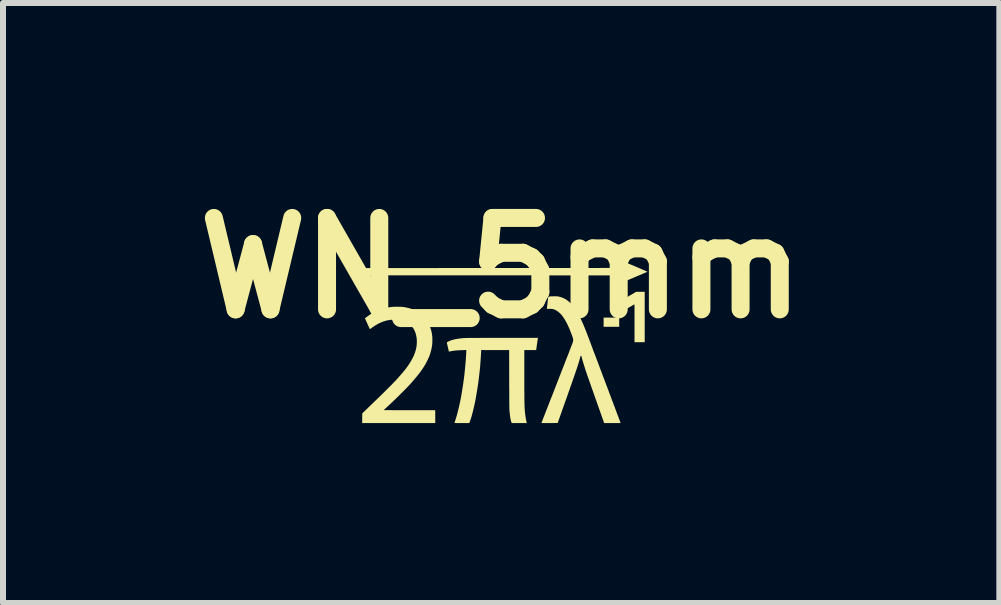
<source format=kicad_pcb>
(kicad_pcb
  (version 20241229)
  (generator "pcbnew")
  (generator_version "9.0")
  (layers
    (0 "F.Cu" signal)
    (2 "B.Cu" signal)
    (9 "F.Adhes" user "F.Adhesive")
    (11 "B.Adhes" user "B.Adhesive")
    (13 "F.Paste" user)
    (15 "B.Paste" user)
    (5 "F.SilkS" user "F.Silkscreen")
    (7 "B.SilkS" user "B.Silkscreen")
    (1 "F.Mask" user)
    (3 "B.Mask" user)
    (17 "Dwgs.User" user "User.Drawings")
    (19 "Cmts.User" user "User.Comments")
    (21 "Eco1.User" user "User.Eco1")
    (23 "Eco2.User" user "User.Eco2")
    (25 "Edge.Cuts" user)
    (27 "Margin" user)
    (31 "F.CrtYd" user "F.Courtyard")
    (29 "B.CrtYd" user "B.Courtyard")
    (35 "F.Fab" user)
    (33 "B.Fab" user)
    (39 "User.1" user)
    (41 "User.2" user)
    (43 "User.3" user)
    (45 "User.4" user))
  (footprint "WN_5mm"
    (layer "F.Cu")
    (at 5.356 2.723)
    (property "Reference" "WN_5mm" (at -0.051 -1.305 0) (layer "F.SilkS") (effects (font (size 1.524 1.524) (thickness 0.3))))
    (attr board_only exclude_from_pos_files exclude_from_bom)
    (fp_poly (pts (xy 1.917 -0.325) (xy 1.657 -0.325) (xy 1.657 -0.478) (xy 1.917 -0.478)) (stroke (width 0) (type solid)) (fill yes) (layer "F.SilkS"))
    (fp_poly (pts (xy 2.342 -0.068) (xy 2.172 -0.068) (xy 2.172 -0.384) (xy 2.172 -0.432) (xy 2.172 -0.475) (xy 2.172 -0.514) (xy 2.172 -0.548) (xy 2.172 -0.578) (xy 2.172 -0.604) (xy 2.172 -0.626) (xy 2.172 -0.645) (xy 2.172 -0.661) (xy 2.171 -0.674) (xy 2.171 -0.684) (xy 2.171 -0.691) (xy 2.17 -0.696) (xy 2.17 -0.699) (xy 2.169 -0.699) (xy 2.169 -0.699) (xy 2.166 -0.698) (xy 2.16 -0.694) (xy 2.15 -0.688) (xy 2.138 -0.681) (xy 2.124 -0.673) (xy 2.108 -0.663) (xy 2.107 -0.663) (xy 2.09 -0.653) (xy 2.076 -0.645) (xy 2.066 -0.639) (xy 2.059 -0.635) (xy 2.054 -0.632) (xy 2.05 -0.631) (xy 2.048 -0.631) (xy 2.047 -0.632) (xy 2.047 -0.633) (xy 2.046 -0.638) (xy 2.044 -0.647) (xy 2.042 -0.66) (xy 2.039 -0.674) (xy 2.037 -0.691) (xy 2.034 -0.708) (xy 2.031 -0.726) (xy 2.029 -0.743) (xy 2.026 -0.76) (xy 2.024 -0.775) (xy 2.023 -0.787) (xy 2.022 -0.796) (xy 2.021 -0.802) (xy 2.022 -0.803) (xy 2.024 -0.804) (xy 2.031 -0.808) (xy 2.04 -0.814) (xy 2.053 -0.822) (xy 2.068 -0.831) (xy 2.085 -0.841) (xy 2.104 -0.852) (xy 2.111 -0.856) (xy 2.198 -0.908) (xy 2.342 -0.908)) (stroke (width 0) (type solid)) (fill yes) (layer "F.SilkS"))
    (fp_poly (pts (xy 1.953 -1.427) (xy 1.96 -1.425) (xy 1.97 -1.42) (xy 1.984 -1.415) (xy 2.002 -1.407) (xy 2.023 -1.399) (xy 2.046 -1.389) (xy 2.072 -1.379) (xy 2.099 -1.367) (xy 2.129 -1.355) (xy 2.16 -1.342) (xy 2.171 -1.337) (xy 2.202 -1.324) (xy 2.232 -1.311) (xy 2.26 -1.299) (xy 2.287 -1.288) (xy 2.31 -1.277) (xy 2.332 -1.268) (xy 2.35 -1.26) (xy 2.365 -1.253) (xy 2.377 -1.248) (xy 2.385 -1.244) (xy 2.388 -1.243) (xy 2.388 -1.242) (xy 2.386 -1.241) (xy 2.379 -1.238) (xy 2.369 -1.234) (xy 2.355 -1.228) (xy 2.338 -1.22) (xy 2.318 -1.212) (xy 2.296 -1.203) (xy 2.272 -1.192) (xy 2.247 -1.182) (xy 2.22 -1.171) (xy 2.193 -1.159) (xy 2.166 -1.147) (xy 2.139 -1.136) (xy 2.112 -1.125) (xy 2.086 -1.114) (xy 2.061 -1.103) (xy 2.038 -1.093) (xy 2.017 -1.085) (xy 1.998 -1.077) (xy 1.982 -1.07) (xy 1.97 -1.065) (xy 1.961 -1.061) (xy 1.956 -1.059) (xy 1.955 -1.059) (xy 1.951 -1.058) (xy 1.95 -1.059) (xy 1.951 -1.062) (xy 1.954 -1.069) (xy 1.958 -1.079) (xy 1.963 -1.092) (xy 1.969 -1.106) (xy 1.975 -1.12) (xy 1.982 -1.136) (xy 1.988 -1.15) (xy 1.993 -1.163) (xy 1.997 -1.172) (xy 1.999 -1.178) (xy 2 -1.18) (xy 1.998 -1.181) (xy 1.99 -1.181) (xy 1.978 -1.181) (xy 1.961 -1.181) (xy 1.94 -1.181) (xy 1.914 -1.181) (xy 1.884 -1.181) (xy 1.85 -1.181) (xy 1.811 -1.181) (xy 1.769 -1.181) (xy 1.723 -1.182) (xy 1.673 -1.182) (xy 1.619 -1.182) (xy 1.562 -1.182) (xy 1.502 -1.182) (xy 1.438 -1.182) (xy 1.371 -1.182) (xy 1.301 -1.182) (xy 1.228 -1.182) (xy 1.152 -1.182) (xy 1.073 -1.182) (xy 0.992 -1.182) (xy 0.909 -1.182) (xy 0.823 -1.182) (xy 0.734 -1.182) (xy 0.644 -1.182) (xy 0.551 -1.182) (xy 0.457 -1.183) (xy 0.361 -1.183) (xy 0.263 -1.183) (xy 0.164 -1.183) (xy 0.063 -1.183) (xy -0.04 -1.183) (xy -0.143 -1.183) (xy -2.31 -1.183) (xy -2.309 -1.243) (xy -2.309 -1.304) (xy -0.154 -1.305) (xy -0.051 -1.305) (xy 0.052 -1.305) (xy 0.153 -1.305) (xy 0.252 -1.305) (xy 0.35 -1.305) (xy 0.447 -1.305) (xy 0.541 -1.305) (xy 0.634 -1.305) (xy 0.725 -1.305) (xy 0.813 -1.305) (xy 0.9 -1.305) (xy 0.983 -1.305) (xy 1.065 -1.305) (xy 1.144 -1.305) (xy 1.22 -1.305) (xy 1.293 -1.305) (xy 1.363 -1.305) (xy 1.431 -1.305) (xy 1.495 -1.305) (xy 1.556 -1.305) (xy 1.613 -1.306) (xy 1.667 -1.306) (xy 1.718 -1.306) (xy 1.764 -1.306) (xy 1.807 -1.306) (xy 1.846 -1.306) (xy 1.881 -1.306) (xy 1.911 -1.306) (xy 1.937 -1.306) (xy 1.959 -1.306) (xy 1.976 -1.306) (xy 1.989 -1.306) (xy 1.997 -1.306) (xy 2 -1.306) (xy 2 -1.306) (xy 1.999 -1.309) (xy 1.996 -1.315) (xy 1.992 -1.325) (xy 1.987 -1.338) (xy 1.981 -1.352) (xy 1.975 -1.367) (xy 1.968 -1.383) (xy 1.962 -1.397) (xy 1.957 -1.41) (xy 1.953 -1.419) (xy 1.951 -1.426) (xy 1.951 -1.428)) (stroke (width 0) (type solid)) (fill yes) (layer "F.SilkS"))
    (fp_poly (pts (xy -1.758 -0.659) (xy -1.737 -0.658) (xy -1.719 -0.658) (xy -1.703 -0.657) (xy -1.688 -0.656) (xy -1.673 -0.654) (xy -1.658 -0.651) (xy -1.64 -0.648) (xy -1.635 -0.647) (xy -1.583 -0.635) (xy -1.533 -0.619) (xy -1.486 -0.599) (xy -1.443 -0.575) (xy -1.402 -0.547) (xy -1.365 -0.515) (xy -1.331 -0.481) (xy -1.301 -0.442) (xy -1.274 -0.401) (xy -1.251 -0.357) (xy -1.232 -0.31) (xy -1.216 -0.26) (xy -1.205 -0.207) (xy -1.201 -0.176) (xy -1.199 -0.157) (xy -1.198 -0.135) (xy -1.198 -0.11) (xy -1.198 -0.084) (xy -1.199 -0.059) (xy -1.2 -0.036) (xy -1.202 -0.015) (xy -1.204 -0.005) (xy -1.212 0.04) (xy -1.223 0.085) (xy -1.236 0.129) (xy -1.252 0.173) (xy -1.272 0.217) (xy -1.294 0.262) (xy -1.319 0.308) (xy -1.348 0.354) (xy -1.38 0.402) (xy -1.416 0.451) (xy -1.456 0.501) (xy -1.5 0.553) (xy -1.547 0.608) (xy -1.595 0.66) (xy -1.611 0.677) (xy -1.63 0.697) (xy -1.652 0.719) (xy -1.676 0.743) (xy -1.702 0.769) (xy -1.729 0.796) (xy -1.756 0.824) (xy -1.784 0.851) (xy -1.812 0.878) (xy -1.84 0.905) (xy -1.866 0.93) (xy -1.89 0.953) (xy -1.913 0.974) (xy -1.923 0.984) (xy -1.941 1) (xy -1.957 1.015) (xy -1.971 1.028) (xy -1.984 1.04) (xy -1.994 1.05) (xy -2.002 1.057) (xy -2.006 1.062) (xy -2.007 1.063) (xy -2.005 1.063) (xy -1.998 1.064) (xy -1.986 1.064) (xy -1.97 1.064) (xy -1.95 1.064) (xy -1.927 1.064) (xy -1.9 1.064) (xy -1.869 1.065) (xy -1.836 1.065) (xy -1.8 1.065) (xy -1.762 1.065) (xy -1.721 1.065) (xy -1.679 1.065) (xy -1.634 1.065) (xy -1.589 1.065) (xy -1.579 1.065) (xy -1.15 1.065) (xy -1.15 1.28) (xy -2.368 1.28) (xy -2.367 1.119) (xy -2.309 1.063) (xy -2.297 1.051) (xy -2.282 1.037) (xy -2.264 1.019) (xy -2.244 1) (xy -2.223 0.979) (xy -2.2 0.958) (xy -2.177 0.935) (xy -2.153 0.912) (xy -2.13 0.89) (xy -2.124 0.884) (xy -2.07 0.832) (xy -2.02 0.783) (xy -1.974 0.737) (xy -1.931 0.694) (xy -1.89 0.654) (xy -1.853 0.615) (xy -1.818 0.579) (xy -1.786 0.545) (xy -1.757 0.512) (xy -1.729 0.481) (xy -1.704 0.452) (xy -1.68 0.423) (xy -1.658 0.396) (xy -1.637 0.369) (xy -1.618 0.343) (xy -1.613 0.337) (xy -1.581 0.289) (xy -1.551 0.241) (xy -1.526 0.194) (xy -1.504 0.148) (xy -1.487 0.103) (xy -1.474 0.059) (xy -1.469 0.038) (xy -1.463 0.006) (xy -1.459 -0.028) (xy -1.457 -0.062) (xy -1.457 -0.096) (xy -1.459 -0.127) (xy -1.46 -0.137) (xy -1.468 -0.181) (xy -1.479 -0.222) (xy -1.494 -0.26) (xy -1.512 -0.294) (xy -1.534 -0.325) (xy -1.56 -0.353) (xy -1.589 -0.377) (xy -1.621 -0.398) (xy -1.657 -0.414) (xy -1.676 -0.421) (xy -1.718 -0.433) (xy -1.762 -0.441) (xy -1.808 -0.444) (xy -1.855 -0.444) (xy -1.901 -0.44) (xy -1.947 -0.432) (xy -1.963 -0.429) (xy -2.013 -0.414) (xy -2.063 -0.394) (xy -2.113 -0.369) (xy -2.161 -0.34) (xy -2.206 -0.309) (xy -2.217 -0.301) (xy -2.226 -0.294) (xy -2.234 -0.29) (xy -2.239 -0.287) (xy -2.24 -0.287) (xy -2.242 -0.289) (xy -2.245 -0.296) (xy -2.25 -0.307) (xy -2.257 -0.322) (xy -2.265 -0.34) (xy -2.275 -0.361) (xy -2.285 -0.385) (xy -2.297 -0.411) (xy -2.31 -0.439) (xy -2.317 -0.454) (xy -2.322 -0.467) (xy -2.289 -0.492) (xy -2.236 -0.529) (xy -2.18 -0.562) (xy -2.123 -0.59) (xy -2.064 -0.613) (xy -2.003 -0.632) (xy -1.94 -0.646) (xy -1.933 -0.647) (xy -1.913 -0.651) (xy -1.896 -0.653) (xy -1.881 -0.655) (xy -1.866 -0.657) (xy -1.851 -0.658) (xy -1.834 -0.658) (xy -1.815 -0.659) (xy -1.792 -0.659) (xy -1.782 -0.659)) (stroke (width 0) (type solid)) (fill yes) (layer "F.SilkS"))
    (fp_poly (pts (xy 0.548 -0.049) (xy 0.545 -0.028) (xy 0.542 -0.008) (xy 0.54 0.01) (xy 0.538 0.026) (xy 0.536 0.038) (xy 0.534 0.047) (xy 0.534 0.052) (xy 0.532 0.063) (xy 0.335 0.063) (xy 0.335 0.484) (xy 0.335 0.546) (xy 0.335 0.603) (xy 0.335 0.655) (xy 0.335 0.703) (xy 0.335 0.747) (xy 0.336 0.787) (xy 0.336 0.824) (xy 0.336 0.857) (xy 0.336 0.887) (xy 0.337 0.915) (xy 0.337 0.939) (xy 0.338 0.961) (xy 0.338 0.981) (xy 0.339 1) (xy 0.339 1.016) (xy 0.34 1.031) (xy 0.341 1.045) (xy 0.342 1.058) (xy 0.343 1.065) (xy 0.346 1.105) (xy 0.351 1.144) (xy 0.356 1.181) (xy 0.362 1.214) (xy 0.368 1.244) (xy 0.371 1.257) (xy 0.377 1.28) (xy 0.126 1.28) (xy 0.12 1.268) (xy 0.115 1.252) (xy 0.109 1.232) (xy 0.104 1.207) (xy 0.099 1.179) (xy 0.095 1.146) (xy 0.091 1.11) (xy 0.088 1.086) (xy 0.088 1.08) (xy 0.087 1.074) (xy 0.087 1.067) (xy 0.087 1.059) (xy 0.086 1.05) (xy 0.086 1.04) (xy 0.086 1.028) (xy 0.085 1.014) (xy 0.085 0.999) (xy 0.085 0.981) (xy 0.085 0.961) (xy 0.084 0.938) (xy 0.084 0.912) (xy 0.084 0.884) (xy 0.084 0.852) (xy 0.084 0.816) (xy 0.084 0.777) (xy 0.084 0.733) (xy 0.083 0.686) (xy 0.083 0.634) (xy 0.083 0.577) (xy 0.083 0.551) (xy 0.082 0.063) (xy -0.384 0.063) (xy -0.387 0.126) (xy -0.391 0.193) (xy -0.396 0.261) (xy -0.401 0.331) (xy -0.408 0.401) (xy -0.416 0.471) (xy -0.424 0.541) (xy -0.433 0.61) (xy -0.443 0.679) (xy -0.454 0.746) (xy -0.465 0.812) (xy -0.476 0.876) (xy -0.488 0.937) (xy -0.501 0.996) (xy -0.514 1.052) (xy -0.527 1.105) (xy -0.54 1.153) (xy -0.553 1.198) (xy -0.567 1.238) (xy -0.575 1.259) (xy -0.583 1.28) (xy -0.706 1.28) (xy -0.731 1.28) (xy -0.753 1.28) (xy -0.774 1.28) (xy -0.792 1.28) (xy -0.807 1.28) (xy -0.819 1.279) (xy -0.827 1.279) (xy -0.83 1.279) (xy -0.83 1.279) (xy -0.829 1.276) (xy -0.827 1.27) (xy -0.824 1.26) (xy -0.82 1.247) (xy -0.815 1.233) (xy -0.814 1.23) (xy -0.798 1.178) (xy -0.782 1.122) (xy -0.767 1.062) (xy -0.752 0.999) (xy -0.737 0.932) (xy -0.723 0.862) (xy -0.71 0.789) (xy -0.698 0.714) (xy -0.686 0.638) (xy -0.675 0.56) (xy -0.665 0.482) (xy -0.657 0.403) (xy -0.649 0.324) (xy -0.642 0.245) (xy -0.637 0.167) (xy -0.635 0.139) (xy -0.634 0.123) (xy -0.633 0.108) (xy -0.633 0.094) (xy -0.633 0.083) (xy -0.632 0.078) (xy -0.632 0.062) (xy -0.688 0.064) (xy -0.734 0.065) (xy -0.777 0.068) (xy -0.815 0.071) (xy -0.849 0.075) (xy -0.878 0.08) (xy -0.902 0.085) (xy -0.903 0.085) (xy -0.912 0.087) (xy -0.918 0.088) (xy -0.922 0.089) (xy -0.922 0.089) (xy -0.923 0.086) (xy -0.924 0.08) (xy -0.927 0.069) (xy -0.93 0.056) (xy -0.934 0.04) (xy -0.938 0.022) (xy -0.94 0.012) (xy -0.945 -0.009) (xy -0.949 -0.026) (xy -0.952 -0.039) (xy -0.954 -0.049) (xy -0.955 -0.056) (xy -0.955 -0.061) (xy -0.955 -0.064) (xy -0.955 -0.066) (xy -0.953 -0.067) (xy -0.953 -0.067) (xy -0.946 -0.072) (xy -0.935 -0.078) (xy -0.921 -0.084) (xy -0.906 -0.091) (xy -0.891 -0.097) (xy -0.877 -0.102) (xy -0.875 -0.103) (xy -0.845 -0.111) (xy -0.811 -0.119) (xy -0.773 -0.126) (xy -0.732 -0.131) (xy -0.689 -0.136) (xy -0.662 -0.137) (xy -0.655 -0.138) (xy -0.643 -0.138) (xy -0.626 -0.138) (xy -0.604 -0.139) (xy -0.578 -0.139) (xy -0.548 -0.139) (xy -0.513 -0.139) (xy -0.474 -0.139) (xy -0.431 -0.139) (xy -0.384 -0.14) (xy -0.333 -0.14) (xy -0.278 -0.14) (xy -0.22 -0.14) (xy -0.159 -0.14) (xy -0.094 -0.14) (xy -0.03 -0.14) (xy 0.562 -0.14)) (stroke (width 0) (type solid)) (fill yes) (layer "F.SilkS"))
    (fp_poly (pts (xy 0.863 -0.833) (xy 0.875 -0.833) (xy 0.885 -0.832) (xy 0.894 -0.831) (xy 0.902 -0.83) (xy 0.911 -0.828) (xy 0.912 -0.828) (xy 0.952 -0.817) (xy 0.99 -0.802) (xy 1.026 -0.783) (xy 1.056 -0.762) (xy 1.081 -0.742) (xy 1.106 -0.719) (xy 1.13 -0.693) (xy 1.154 -0.664) (xy 1.177 -0.632) (xy 1.201 -0.597) (xy 1.224 -0.558) (xy 1.247 -0.515) (xy 1.271 -0.468) (xy 1.294 -0.418) (xy 1.319 -0.362) (xy 1.344 -0.302) (xy 1.353 -0.278) (xy 1.356 -0.272) (xy 1.36 -0.261) (xy 1.366 -0.247) (xy 1.373 -0.228) (xy 1.381 -0.206) (xy 1.391 -0.18) (xy 1.402 -0.152) (xy 1.414 -0.12) (xy 1.427 -0.085) (xy 1.441 -0.048) (xy 1.456 -0.008) (xy 1.472 0.034) (xy 1.488 0.078) (xy 1.506 0.124) (xy 1.524 0.171) (xy 1.542 0.22) (xy 1.561 0.269) (xy 1.58 0.32) (xy 1.599 0.372) (xy 1.619 0.423) (xy 1.638 0.476) (xy 1.658 0.528) (xy 1.678 0.58) (xy 1.697 0.632) (xy 1.717 0.684) (xy 1.736 0.734) (xy 1.754 0.784) (xy 1.773 0.832) (xy 1.79 0.88) (xy 1.808 0.925) (xy 1.824 0.969) (xy 1.84 1.011) (xy 1.855 1.05) (xy 1.868 1.087) (xy 1.881 1.122) (xy 1.893 1.153) (xy 1.904 1.182) (xy 1.913 1.207) (xy 1.922 1.229) (xy 1.928 1.247) (xy 1.934 1.262) (xy 1.937 1.272) (xy 1.94 1.278) (xy 1.94 1.279) (xy 1.938 1.279) (xy 1.931 1.279) (xy 1.92 1.28) (xy 1.905 1.28) (xy 1.887 1.28) (xy 1.866 1.28) (xy 1.843 1.28) (xy 1.819 1.28) (xy 1.803 1.28) (xy 1.666 1.28) (xy 1.519 0.864) (xy 1.503 0.82) (xy 1.488 0.776) (xy 1.473 0.733) (xy 1.458 0.692) (xy 1.444 0.652) (xy 1.431 0.614) (xy 1.418 0.578) (xy 1.407 0.545) (xy 1.396 0.514) (xy 1.386 0.487) (xy 1.378 0.463) (xy 1.371 0.442) (xy 1.365 0.425) (xy 1.36 0.412) (xy 1.358 0.404) (xy 1.357 0.402) (xy 1.35 0.379) (xy 1.342 0.354) (xy 1.334 0.328) (xy 1.326 0.302) (xy 1.318 0.277) (xy 1.311 0.254) (xy 1.305 0.233) (xy 1.3 0.216) (xy 1.298 0.206) (xy 1.293 0.19) (xy 1.29 0.178) (xy 1.288 0.17) (xy 1.286 0.165) (xy 1.284 0.162) (xy 1.282 0.16) (xy 1.28 0.16) (xy 1.278 0.16) (xy 1.276 0.161) (xy 1.273 0.163) (xy 1.272 0.166) (xy 1.269 0.172) (xy 1.267 0.181) (xy 1.263 0.195) (xy 1.263 0.195) (xy 1.26 0.208) (xy 1.257 0.221) (xy 1.253 0.235) (xy 1.248 0.25) (xy 1.243 0.266) (xy 1.238 0.284) (xy 1.232 0.303) (xy 1.225 0.324) (xy 1.218 0.347) (xy 1.21 0.372) (xy 1.2 0.399) (xy 1.19 0.429) (xy 1.179 0.462) (xy 1.167 0.497) (xy 1.153 0.536) (xy 1.139 0.578) (xy 1.123 0.624) (xy 1.105 0.673) (xy 1.087 0.726) (xy 1.066 0.784) (xy 1.045 0.846) (xy 1.024 0.903) (xy 0.891 1.279) (xy 0.756 1.28) (xy 0.73 1.28) (xy 0.706 1.28) (xy 0.684 1.28) (xy 0.665 1.28) (xy 0.648 1.28) (xy 0.635 1.28) (xy 0.626 1.279) (xy 0.621 1.279) (xy 0.62 1.279) (xy 0.621 1.277) (xy 0.624 1.27) (xy 0.628 1.259) (xy 0.634 1.243) (xy 0.641 1.224) (xy 0.65 1.201) (xy 0.66 1.175) (xy 0.672 1.145) (xy 0.685 1.112) (xy 0.699 1.076) (xy 0.714 1.037) (xy 0.73 0.996) (xy 0.747 0.952) (xy 0.765 0.906) (xy 0.784 0.858) (xy 0.804 0.808) (xy 0.824 0.756) (xy 0.845 0.703) (xy 0.866 0.648) (xy 0.879 0.616) (xy 0.9 0.56) (xy 0.921 0.506) (xy 0.942 0.453) (xy 0.962 0.401) (xy 0.982 0.351) (xy 1.001 0.303) (xy 1.018 0.257) (xy 1.035 0.213) (xy 1.052 0.171) (xy 1.067 0.133) (xy 1.081 0.097) (xy 1.093 0.064) (xy 1.105 0.034) (xy 1.115 0.007) (xy 1.124 -0.015) (xy 1.131 -0.034) (xy 1.137 -0.049) (xy 1.141 -0.06) (xy 1.143 -0.067) (xy 1.144 -0.068) (xy 1.148 -0.085) (xy 1.15 -0.099) (xy 1.149 -0.112) (xy 1.147 -0.127) (xy 1.145 -0.134) (xy 1.143 -0.143) (xy 1.138 -0.156) (xy 1.133 -0.172) (xy 1.126 -0.19) (xy 1.119 -0.21) (xy 1.11 -0.232) (xy 1.102 -0.253) (xy 1.094 -0.274) (xy 1.086 -0.293) (xy 1.084 -0.298) (xy 1.06 -0.351) (xy 1.036 -0.4) (xy 1.011 -0.443) (xy 0.986 -0.482) (xy 0.961 -0.516) (xy 0.935 -0.545) (xy 0.908 -0.569) (xy 0.881 -0.589) (xy 0.858 -0.602) (xy 0.843 -0.61) (xy 0.83 -0.615) (xy 0.817 -0.619) (xy 0.804 -0.622) (xy 0.789 -0.623) (xy 0.772 -0.624) (xy 0.756 -0.624) (xy 0.71 -0.624) (xy 0.711 -0.635) (xy 0.712 -0.64) (xy 0.713 -0.65) (xy 0.715 -0.663) (xy 0.717 -0.679) (xy 0.719 -0.697) (xy 0.721 -0.717) (xy 0.723 -0.735) (xy 0.734 -0.824) (xy 0.751 -0.829) (xy 0.758 -0.83) (xy 0.765 -0.831) (xy 0.773 -0.832) (xy 0.783 -0.833) (xy 0.796 -0.833) (xy 0.813 -0.833) (xy 0.828 -0.834) (xy 0.847 -0.834)) (stroke (width 0) (type solid)) (fill yes) (layer "F.SilkS")))
  (gr_rect
    (start -3 -3)
    (end 13.61 7.003)
    (stroke (width 0.1) (type default))
    (fill no)
    (layer "Edge.Cuts")))
</source>
